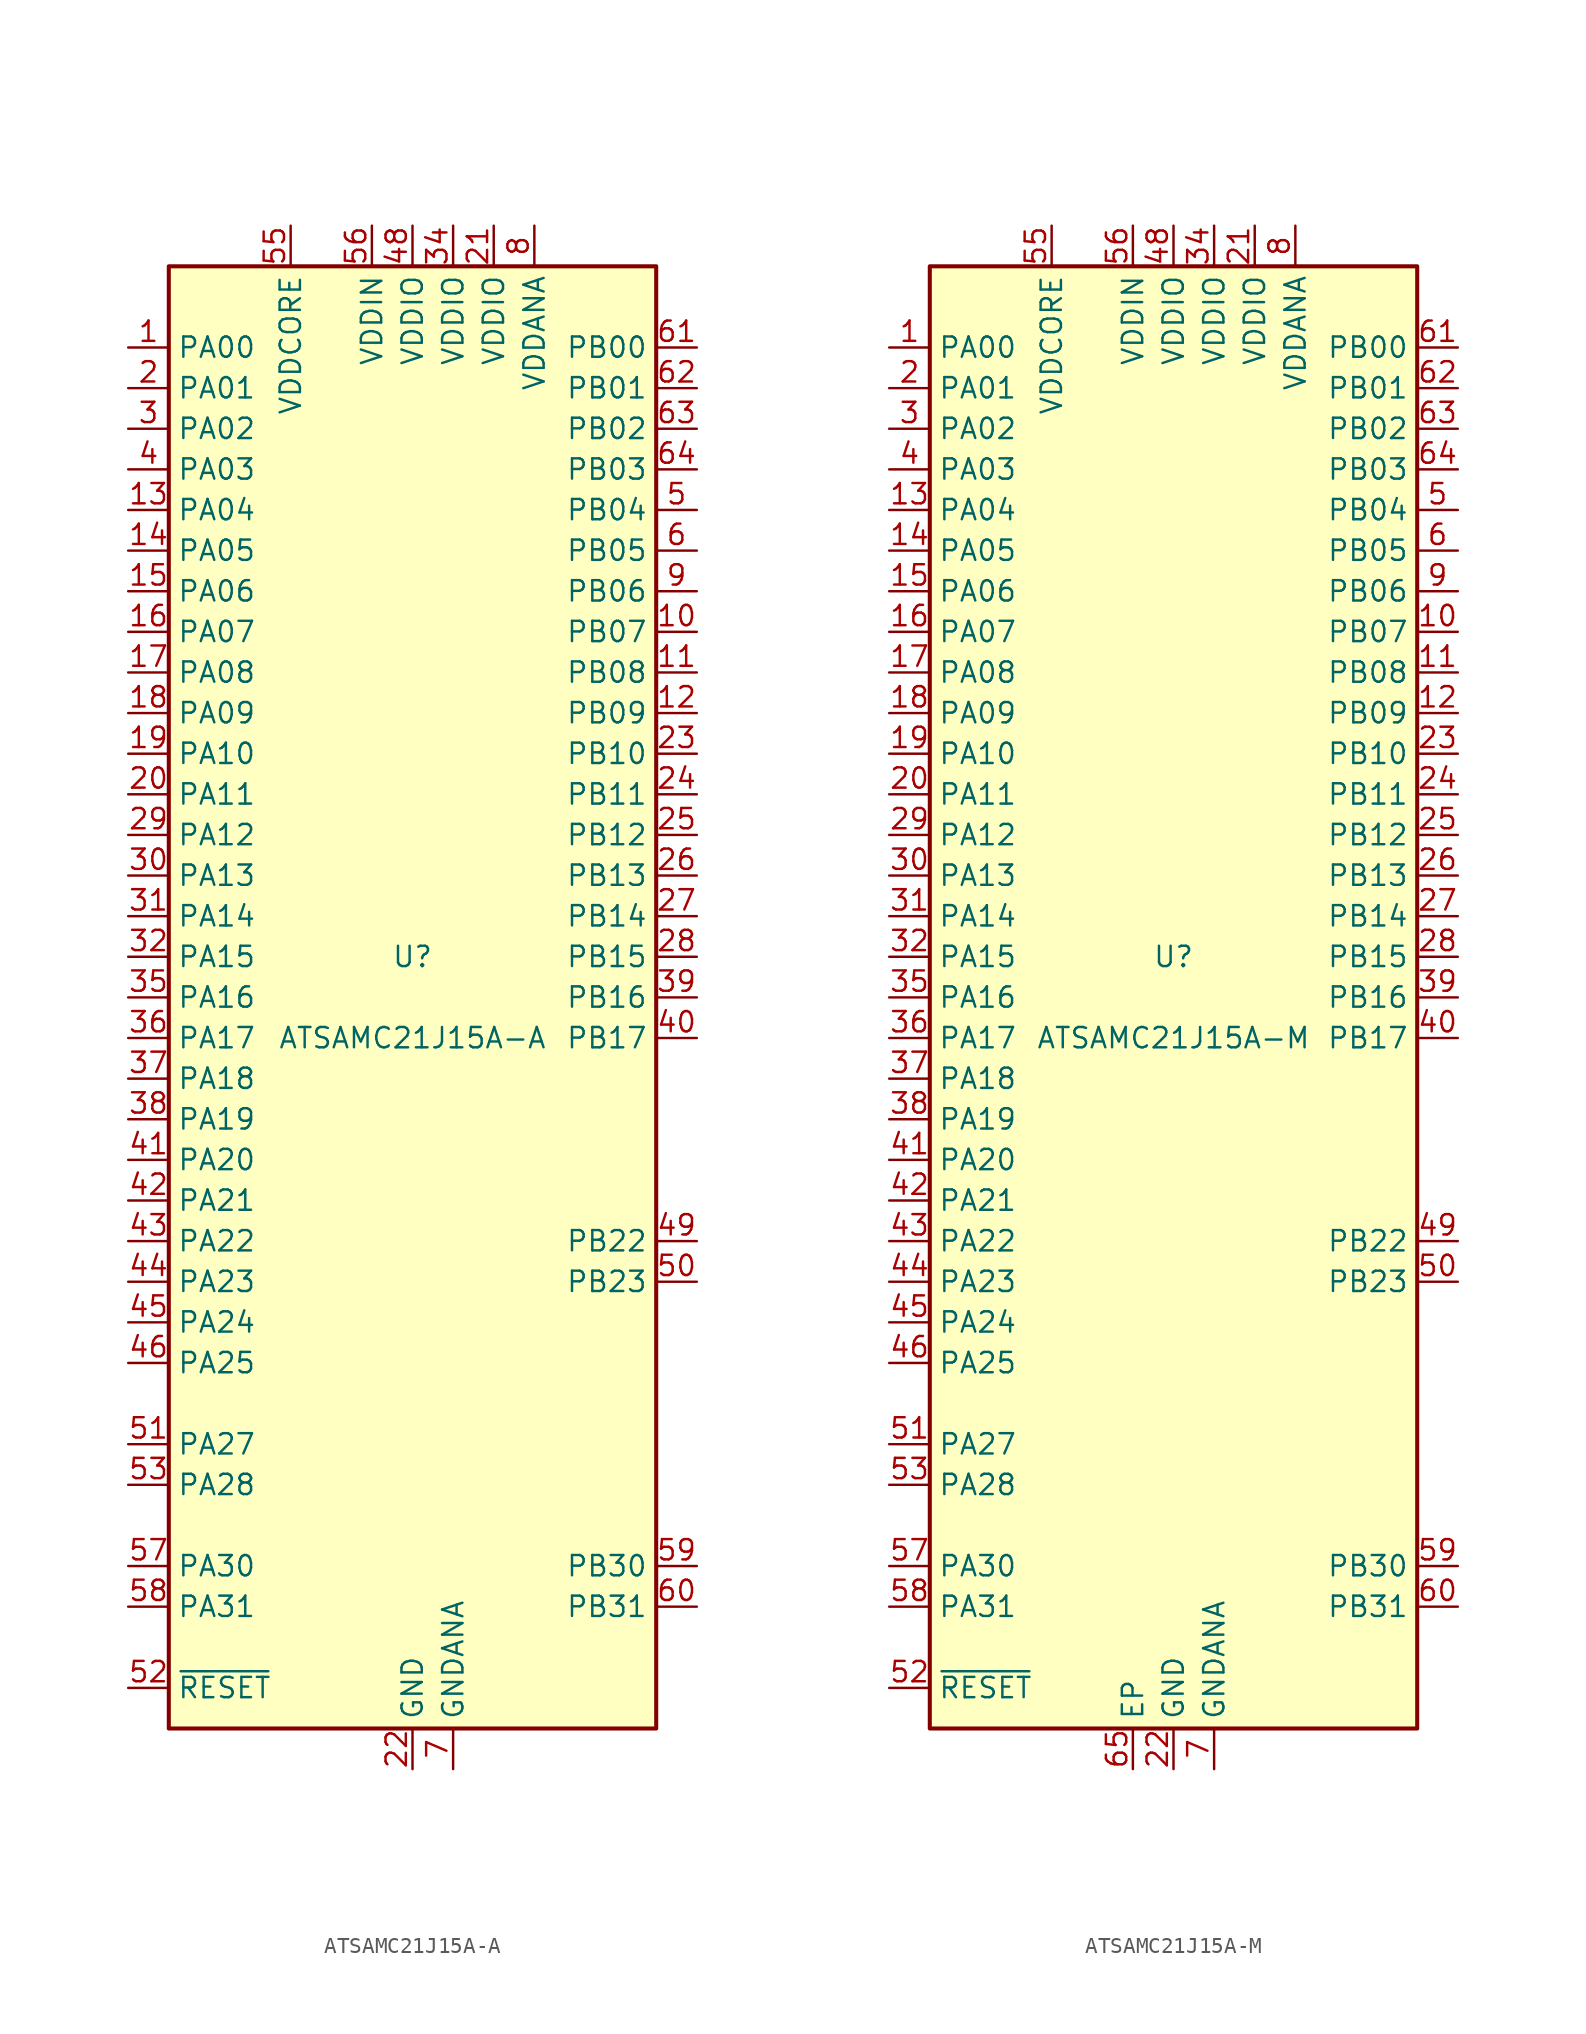
<source format=kicad_sym>
(kicad_symbol_lib
  (version 20211014)
  (generator kicad_symbol_editor)
  (symbol "ATSAMC21J15A-A"
    (property "Reference" "U"
      (at 0 2.54 0)
      (effects (font (size 1.27 1.27))))
    (property "Value" "ATSAMC21J15A-A"
      (at 0 -2.54 0)
      (effects (font (size 1.27 1.27))))
    (symbol "ATSAMC21J15A-A_0_1"
      (rectangle (start -15.24 45.72) (end 15.24 -45.72) (stroke (width 0.254) (type default) (color 0 0 0 0)) (fill (type background))))
    (symbol "ATSAMC21J15A-A_1_1"
      (pin bidirectional line (at -17.78 40.64 0) (length 2.54) (name "PA00" (effects (font (size 1.27 1.27)))) (number "1" (effects (font (size 1.27 1.27)))))
      (pin bidirectional line (at 17.78 22.86 180) (length 2.54) (name "PB07" (effects (font (size 1.27 1.27)))) (number "10" (effects (font (size 1.27 1.27)))))
      (pin bidirectional line (at 17.78 20.32 180) (length 2.54) (name "PB08" (effects (font (size 1.27 1.27)))) (number "11" (effects (font (size 1.27 1.27)))))
      (pin bidirectional line (at 17.78 17.78 180) (length 2.54) (name "PB09" (effects (font (size 1.27 1.27)))) (number "12" (effects (font (size 1.27 1.27)))))
      (pin bidirectional line (at -17.78 30.48 0) (length 2.54) (name "PA04" (effects (font (size 1.27 1.27)))) (number "13" (effects (font (size 1.27 1.27)))))
      (pin bidirectional line (at -17.78 27.94 0) (length 2.54) (name "PA05" (effects (font (size 1.27 1.27)))) (number "14" (effects (font (size 1.27 1.27)))))
      (pin bidirectional line (at -17.78 25.4 0) (length 2.54) (name "PA06" (effects (font (size 1.27 1.27)))) (number "15" (effects (font (size 1.27 1.27)))))
      (pin bidirectional line (at -17.78 22.86 0) (length 2.54) (name "PA07" (effects (font (size 1.27 1.27)))) (number "16" (effects (font (size 1.27 1.27)))))
      (pin bidirectional line (at -17.78 20.32 0) (length 2.54) (name "PA08" (effects (font (size 1.27 1.27)))) (number "17" (effects (font (size 1.27 1.27)))))
      (pin bidirectional line (at -17.78 17.78 0) (length 2.54) (name "PA09" (effects (font (size 1.27 1.27)))) (number "18" (effects (font (size 1.27 1.27)))))
      (pin bidirectional line (at -17.78 15.24 0) (length 2.54) (name "PA10" (effects (font (size 1.27 1.27)))) (number "19" (effects (font (size 1.27 1.27)))))
      (pin bidirectional line (at -17.78 38.1 0) (length 2.54) (name "PA01" (effects (font (size 1.27 1.27)))) (number "2" (effects (font (size 1.27 1.27)))))
      (pin bidirectional line (at -17.78 12.7 0) (length 2.54) (name "PA11" (effects (font (size 1.27 1.27)))) (number "20" (effects (font (size 1.27 1.27)))))
      (pin power_in line (at 5.08 48.26 270) (length 2.54) (name "VDDIO" (effects (font (size 1.27 1.27)))) (number "21" (effects (font (size 1.27 1.27)))))
      (pin power_in line (at 0 -48.26 90) (length 2.54) (name "GND" (effects (font (size 1.27 1.27)))) (number "22" (effects (font (size 1.27 1.27)))))
      (pin bidirectional line (at 17.78 15.24 180) (length 2.54) (name "PB10" (effects (font (size 1.27 1.27)))) (number "23" (effects (font (size 1.27 1.27)))))
      (pin bidirectional line (at 17.78 12.7 180) (length 2.54) (name "PB11" (effects (font (size 1.27 1.27)))) (number "24" (effects (font (size 1.27 1.27)))))
      (pin bidirectional line (at 17.78 10.16 180) (length 2.54) (name "PB12" (effects (font (size 1.27 1.27)))) (number "25" (effects (font (size 1.27 1.27)))))
      (pin bidirectional line (at 17.78 7.62 180) (length 2.54) (name "PB13" (effects (font (size 1.27 1.27)))) (number "26" (effects (font (size 1.27 1.27)))))
      (pin bidirectional line (at 17.78 5.08 180) (length 2.54) (name "PB14" (effects (font (size 1.27 1.27)))) (number "27" (effects (font (size 1.27 1.27)))))
      (pin bidirectional line (at 17.78 2.54 180) (length 2.54) (name "PB15" (effects (font (size 1.27 1.27)))) (number "28" (effects (font (size 1.27 1.27)))))
      (pin bidirectional line (at -17.78 10.16 0) (length 2.54) (name "PA12" (effects (font (size 1.27 1.27)))) (number "29" (effects (font (size 1.27 1.27)))))
      (pin bidirectional line (at -17.78 35.56 0) (length 2.54) (name "PA02" (effects (font (size 1.27 1.27)))) (number "3" (effects (font (size 1.27 1.27)))))
      (pin bidirectional line (at -17.78 7.62 0) (length 2.54) (name "PA13" (effects (font (size 1.27 1.27)))) (number "30" (effects (font (size 1.27 1.27)))))
      (pin bidirectional line (at -17.78 5.08 0) (length 2.54) (name "PA14" (effects (font (size 1.27 1.27)))) (number "31" (effects (font (size 1.27 1.27)))))
      (pin bidirectional line (at -17.78 2.54 0) (length 2.54) (name "PA15" (effects (font (size 1.27 1.27)))) (number "32" (effects (font (size 1.27 1.27)))))
      (pin passive line (at 0 -48.26 90) (length 2.54) hide (name "GND" (effects (font (size 1.27 1.27)))) (number "33" (effects (font (size 1.27 1.27)))))
      (pin power_in line (at 2.54 48.26 270) (length 2.54) (name "VDDIO" (effects (font (size 1.27 1.27)))) (number "34" (effects (font (size 1.27 1.27)))))
      (pin bidirectional line (at -17.78 0 0) (length 2.54) (name "PA16" (effects (font (size 1.27 1.27)))) (number "35" (effects (font (size 1.27 1.27)))))
      (pin bidirectional line (at -17.78 -2.54 0) (length 2.54) (name "PA17" (effects (font (size 1.27 1.27)))) (number "36" (effects (font (size 1.27 1.27)))))
      (pin bidirectional line (at -17.78 -5.08 0) (length 2.54) (name "PA18" (effects (font (size 1.27 1.27)))) (number "37" (effects (font (size 1.27 1.27)))))
      (pin bidirectional line (at -17.78 -7.62 0) (length 2.54) (name "PA19" (effects (font (size 1.27 1.27)))) (number "38" (effects (font (size 1.27 1.27)))))
      (pin bidirectional line (at 17.78 0 180) (length 2.54) (name "PB16" (effects (font (size 1.27 1.27)))) (number "39" (effects (font (size 1.27 1.27)))))
      (pin bidirectional line (at -17.78 33.02 0) (length 2.54) (name "PA03" (effects (font (size 1.27 1.27)))) (number "4" (effects (font (size 1.27 1.27)))))
      (pin bidirectional line (at 17.78 -2.54 180) (length 2.54) (name "PB17" (effects (font (size 1.27 1.27)))) (number "40" (effects (font (size 1.27 1.27)))))
      (pin bidirectional line (at -17.78 -10.16 0) (length 2.54) (name "PA20" (effects (font (size 1.27 1.27)))) (number "41" (effects (font (size 1.27 1.27)))))
      (pin bidirectional line (at -17.78 -12.7 0) (length 2.54) (name "PA21" (effects (font (size 1.27 1.27)))) (number "42" (effects (font (size 1.27 1.27)))))
      (pin bidirectional line (at -17.78 -15.24 0) (length 2.54) (name "PA22" (effects (font (size 1.27 1.27)))) (number "43" (effects (font (size 1.27 1.27)))))
      (pin bidirectional line (at -17.78 -17.78 0) (length 2.54) (name "PA23" (effects (font (size 1.27 1.27)))) (number "44" (effects (font (size 1.27 1.27)))))
      (pin bidirectional line (at -17.78 -20.32 0) (length 2.54) (name "PA24" (effects (font (size 1.27 1.27)))) (number "45" (effects (font (size 1.27 1.27)))))
      (pin bidirectional line (at -17.78 -22.86 0) (length 2.54) (name "PA25" (effects (font (size 1.27 1.27)))) (number "46" (effects (font (size 1.27 1.27)))))
      (pin passive line (at 0 -48.26 90) (length 2.54) hide (name "GND" (effects (font (size 1.27 1.27)))) (number "47" (effects (font (size 1.27 1.27)))))
      (pin power_in line (at 0 48.26 270) (length 2.54) (name "VDDIO" (effects (font (size 1.27 1.27)))) (number "48" (effects (font (size 1.27 1.27)))))
      (pin bidirectional line (at 17.78 -15.24 180) (length 2.54) (name "PB22" (effects (font (size 1.27 1.27)))) (number "49" (effects (font (size 1.27 1.27)))))
      (pin bidirectional line (at 17.78 30.48 180) (length 2.54) (name "PB04" (effects (font (size 1.27 1.27)))) (number "5" (effects (font (size 1.27 1.27)))))
      (pin bidirectional line (at 17.78 -17.78 180) (length 2.54) (name "PB23" (effects (font (size 1.27 1.27)))) (number "50" (effects (font (size 1.27 1.27)))))
      (pin bidirectional line (at -17.78 -27.94 0) (length 2.54) (name "PA27" (effects (font (size 1.27 1.27)))) (number "51" (effects (font (size 1.27 1.27)))))
      (pin input line (at -17.78 -43.18 0) (length 2.54) (name "~{RESET}" (effects (font (size 1.27 1.27)))) (number "52" (effects (font (size 1.27 1.27)))))
      (pin bidirectional line (at -17.78 -30.48 0) (length 2.54) (name "PA28" (effects (font (size 1.27 1.27)))) (number "53" (effects (font (size 1.27 1.27)))))
      (pin passive line (at 0 -48.26 90) (length 2.54) hide (name "GND" (effects (font (size 1.27 1.27)))) (number "54" (effects (font (size 1.27 1.27)))))
      (pin power_out line (at -7.62 48.26 270) (length 2.54) (name "VDDCORE" (effects (font (size 1.27 1.27)))) (number "55" (effects (font (size 1.27 1.27)))))
      (pin power_in line (at -2.54 48.26 270) (length 2.54) (name "VDDIN" (effects (font (size 1.27 1.27)))) (number "56" (effects (font (size 1.27 1.27)))))
      (pin bidirectional line (at -17.78 -35.56 0) (length 2.54) (name "PA30" (effects (font (size 1.27 1.27)))) (number "57" (effects (font (size 1.27 1.27)))))
      (pin bidirectional line (at -17.78 -38.1 0) (length 2.54) (name "PA31" (effects (font (size 1.27 1.27)))) (number "58" (effects (font (size 1.27 1.27)))))
      (pin bidirectional line (at 17.78 -35.56 180) (length 2.54) (name "PB30" (effects (font (size 1.27 1.27)))) (number "59" (effects (font (size 1.27 1.27)))))
      (pin bidirectional line (at 17.78 27.94 180) (length 2.54) (name "PB05" (effects (font (size 1.27 1.27)))) (number "6" (effects (font (size 1.27 1.27)))))
      (pin bidirectional line (at 17.78 -38.1 180) (length 2.54) (name "PB31" (effects (font (size 1.27 1.27)))) (number "60" (effects (font (size 1.27 1.27)))))
      (pin bidirectional line (at 17.78 40.64 180) (length 2.54) (name "PB00" (effects (font (size 1.27 1.27)))) (number "61" (effects (font (size 1.27 1.27)))))
      (pin bidirectional line (at 17.78 38.1 180) (length 2.54) (name "PB01" (effects (font (size 1.27 1.27)))) (number "62" (effects (font (size 1.27 1.27)))))
      (pin bidirectional line (at 17.78 35.56 180) (length 2.54) (name "PB02" (effects (font (size 1.27 1.27)))) (number "63" (effects (font (size 1.27 1.27)))))
      (pin bidirectional line (at 17.78 33.02 180) (length 2.54) (name "PB03" (effects (font (size 1.27 1.27)))) (number "64" (effects (font (size 1.27 1.27)))))
      (pin power_in line (at 2.54 -48.26 90) (length 2.54) (name "GNDANA" (effects (font (size 1.27 1.27)))) (number "7" (effects (font (size 1.27 1.27)))))
      (pin power_in line (at 7.62 48.26 270) (length 2.54) (name "VDDANA" (effects (font (size 1.27 1.27)))) (number "8" (effects (font (size 1.27 1.27)))))
      (pin bidirectional line (at 17.78 25.4 180) (length 2.54) (name "PB06" (effects (font (size 1.27 1.27)))) (number "9" (effects (font (size 1.27 1.27)))))))
  (symbol "ATSAMC21J15A-M"
    (property "Reference" "U"
      (at 0 2.54 0)
      (effects (font (size 1.27 1.27))))
    (property "Value" "ATSAMC21J15A-M"
      (at 0 -2.54 0)
      (effects (font (size 1.27 1.27))))
    (symbol "ATSAMC21J15A-M_0_1"
      (rectangle (start -15.24 45.72) (end 15.24 -45.72) (stroke (width 0.254) (type default) (color 0 0 0 0)) (fill (type background))))
    (symbol "ATSAMC21J15A-M_1_1"
      (pin bidirectional line (at -17.78 40.64 0) (length 2.54) (name "PA00" (effects (font (size 1.27 1.27)))) (number "1" (effects (font (size 1.27 1.27)))))
      (pin bidirectional line (at 17.78 22.86 180) (length 2.54) (name "PB07" (effects (font (size 1.27 1.27)))) (number "10" (effects (font (size 1.27 1.27)))))
      (pin bidirectional line (at 17.78 20.32 180) (length 2.54) (name "PB08" (effects (font (size 1.27 1.27)))) (number "11" (effects (font (size 1.27 1.27)))))
      (pin bidirectional line (at 17.78 17.78 180) (length 2.54) (name "PB09" (effects (font (size 1.27 1.27)))) (number "12" (effects (font (size 1.27 1.27)))))
      (pin bidirectional line (at -17.78 30.48 0) (length 2.54) (name "PA04" (effects (font (size 1.27 1.27)))) (number "13" (effects (font (size 1.27 1.27)))))
      (pin bidirectional line (at -17.78 27.94 0) (length 2.54) (name "PA05" (effects (font (size 1.27 1.27)))) (number "14" (effects (font (size 1.27 1.27)))))
      (pin bidirectional line (at -17.78 25.4 0) (length 2.54) (name "PA06" (effects (font (size 1.27 1.27)))) (number "15" (effects (font (size 1.27 1.27)))))
      (pin bidirectional line (at -17.78 22.86 0) (length 2.54) (name "PA07" (effects (font (size 1.27 1.27)))) (number "16" (effects (font (size 1.27 1.27)))))
      (pin bidirectional line (at -17.78 20.32 0) (length 2.54) (name "PA08" (effects (font (size 1.27 1.27)))) (number "17" (effects (font (size 1.27 1.27)))))
      (pin bidirectional line (at -17.78 17.78 0) (length 2.54) (name "PA09" (effects (font (size 1.27 1.27)))) (number "18" (effects (font (size 1.27 1.27)))))
      (pin bidirectional line (at -17.78 15.24 0) (length 2.54) (name "PA10" (effects (font (size 1.27 1.27)))) (number "19" (effects (font (size 1.27 1.27)))))
      (pin bidirectional line (at -17.78 38.1 0) (length 2.54) (name "PA01" (effects (font (size 1.27 1.27)))) (number "2" (effects (font (size 1.27 1.27)))))
      (pin bidirectional line (at -17.78 12.7 0) (length 2.54) (name "PA11" (effects (font (size 1.27 1.27)))) (number "20" (effects (font (size 1.27 1.27)))))
      (pin power_in line (at 5.08 48.26 270) (length 2.54) (name "VDDIO" (effects (font (size 1.27 1.27)))) (number "21" (effects (font (size 1.27 1.27)))))
      (pin power_in line (at 0 -48.26 90) (length 2.54) (name "GND" (effects (font (size 1.27 1.27)))) (number "22" (effects (font (size 1.27 1.27)))))
      (pin bidirectional line (at 17.78 15.24 180) (length 2.54) (name "PB10" (effects (font (size 1.27 1.27)))) (number "23" (effects (font (size 1.27 1.27)))))
      (pin bidirectional line (at 17.78 12.7 180) (length 2.54) (name "PB11" (effects (font (size 1.27 1.27)))) (number "24" (effects (font (size 1.27 1.27)))))
      (pin bidirectional line (at 17.78 10.16 180) (length 2.54) (name "PB12" (effects (font (size 1.27 1.27)))) (number "25" (effects (font (size 1.27 1.27)))))
      (pin bidirectional line (at 17.78 7.62 180) (length 2.54) (name "PB13" (effects (font (size 1.27 1.27)))) (number "26" (effects (font (size 1.27 1.27)))))
      (pin bidirectional line (at 17.78 5.08 180) (length 2.54) (name "PB14" (effects (font (size 1.27 1.27)))) (number "27" (effects (font (size 1.27 1.27)))))
      (pin bidirectional line (at 17.78 2.54 180) (length 2.54) (name "PB15" (effects (font (size 1.27 1.27)))) (number "28" (effects (font (size 1.27 1.27)))))
      (pin bidirectional line (at -17.78 10.16 0) (length 2.54) (name "PA12" (effects (font (size 1.27 1.27)))) (number "29" (effects (font (size 1.27 1.27)))))
      (pin bidirectional line (at -17.78 35.56 0) (length 2.54) (name "PA02" (effects (font (size 1.27 1.27)))) (number "3" (effects (font (size 1.27 1.27)))))
      (pin bidirectional line (at -17.78 7.62 0) (length 2.54) (name "PA13" (effects (font (size 1.27 1.27)))) (number "30" (effects (font (size 1.27 1.27)))))
      (pin bidirectional line (at -17.78 5.08 0) (length 2.54) (name "PA14" (effects (font (size 1.27 1.27)))) (number "31" (effects (font (size 1.27 1.27)))))
      (pin bidirectional line (at -17.78 2.54 0) (length 2.54) (name "PA15" (effects (font (size 1.27 1.27)))) (number "32" (effects (font (size 1.27 1.27)))))
      (pin passive line (at 0 -48.26 90) (length 2.54) hide (name "GND" (effects (font (size 1.27 1.27)))) (number "33" (effects (font (size 1.27 1.27)))))
      (pin power_in line (at 2.54 48.26 270) (length 2.54) (name "VDDIO" (effects (font (size 1.27 1.27)))) (number "34" (effects (font (size 1.27 1.27)))))
      (pin bidirectional line (at -17.78 0 0) (length 2.54) (name "PA16" (effects (font (size 1.27 1.27)))) (number "35" (effects (font (size 1.27 1.27)))))
      (pin bidirectional line (at -17.78 -2.54 0) (length 2.54) (name "PA17" (effects (font (size 1.27 1.27)))) (number "36" (effects (font (size 1.27 1.27)))))
      (pin bidirectional line (at -17.78 -5.08 0) (length 2.54) (name "PA18" (effects (font (size 1.27 1.27)))) (number "37" (effects (font (size 1.27 1.27)))))
      (pin bidirectional line (at -17.78 -7.62 0) (length 2.54) (name "PA19" (effects (font (size 1.27 1.27)))) (number "38" (effects (font (size 1.27 1.27)))))
      (pin bidirectional line (at 17.78 0 180) (length 2.54) (name "PB16" (effects (font (size 1.27 1.27)))) (number "39" (effects (font (size 1.27 1.27)))))
      (pin bidirectional line (at -17.78 33.02 0) (length 2.54) (name "PA03" (effects (font (size 1.27 1.27)))) (number "4" (effects (font (size 1.27 1.27)))))
      (pin bidirectional line (at 17.78 -2.54 180) (length 2.54) (name "PB17" (effects (font (size 1.27 1.27)))) (number "40" (effects (font (size 1.27 1.27)))))
      (pin bidirectional line (at -17.78 -10.16 0) (length 2.54) (name "PA20" (effects (font (size 1.27 1.27)))) (number "41" (effects (font (size 1.27 1.27)))))
      (pin bidirectional line (at -17.78 -12.7 0) (length 2.54) (name "PA21" (effects (font (size 1.27 1.27)))) (number "42" (effects (font (size 1.27 1.27)))))
      (pin bidirectional line (at -17.78 -15.24 0) (length 2.54) (name "PA22" (effects (font (size 1.27 1.27)))) (number "43" (effects (font (size 1.27 1.27)))))
      (pin bidirectional line (at -17.78 -17.78 0) (length 2.54) (name "PA23" (effects (font (size 1.27 1.27)))) (number "44" (effects (font (size 1.27 1.27)))))
      (pin bidirectional line (at -17.78 -20.32 0) (length 2.54) (name "PA24" (effects (font (size 1.27 1.27)))) (number "45" (effects (font (size 1.27 1.27)))))
      (pin bidirectional line (at -17.78 -22.86 0) (length 2.54) (name "PA25" (effects (font (size 1.27 1.27)))) (number "46" (effects (font (size 1.27 1.27)))))
      (pin passive line (at 0 -48.26 90) (length 2.54) hide (name "GND" (effects (font (size 1.27 1.27)))) (number "47" (effects (font (size 1.27 1.27)))))
      (pin power_in line (at 0 48.26 270) (length 2.54) (name "VDDIO" (effects (font (size 1.27 1.27)))) (number "48" (effects (font (size 1.27 1.27)))))
      (pin bidirectional line (at 17.78 -15.24 180) (length 2.54) (name "PB22" (effects (font (size 1.27 1.27)))) (number "49" (effects (font (size 1.27 1.27)))))
      (pin bidirectional line (at 17.78 30.48 180) (length 2.54) (name "PB04" (effects (font (size 1.27 1.27)))) (number "5" (effects (font (size 1.27 1.27)))))
      (pin bidirectional line (at 17.78 -17.78 180) (length 2.54) (name "PB23" (effects (font (size 1.27 1.27)))) (number "50" (effects (font (size 1.27 1.27)))))
      (pin bidirectional line (at -17.78 -27.94 0) (length 2.54) (name "PA27" (effects (font (size 1.27 1.27)))) (number "51" (effects (font (size 1.27 1.27)))))
      (pin input line (at -17.78 -43.18 0) (length 2.54) (name "~{RESET}" (effects (font (size 1.27 1.27)))) (number "52" (effects (font (size 1.27 1.27)))))
      (pin bidirectional line (at -17.78 -30.48 0) (length 2.54) (name "PA28" (effects (font (size 1.27 1.27)))) (number "53" (effects (font (size 1.27 1.27)))))
      (pin passive line (at 0 -48.26 90) (length 2.54) hide (name "GND" (effects (font (size 1.27 1.27)))) (number "54" (effects (font (size 1.27 1.27)))))
      (pin power_out line (at -7.62 48.26 270) (length 2.54) (name "VDDCORE" (effects (font (size 1.27 1.27)))) (number "55" (effects (font (size 1.27 1.27)))))
      (pin power_in line (at -2.54 48.26 270) (length 2.54) (name "VDDIN" (effects (font (size 1.27 1.27)))) (number "56" (effects (font (size 1.27 1.27)))))
      (pin bidirectional line (at -17.78 -35.56 0) (length 2.54) (name "PA30" (effects (font (size 1.27 1.27)))) (number "57" (effects (font (size 1.27 1.27)))))
      (pin bidirectional line (at -17.78 -38.1 0) (length 2.54) (name "PA31" (effects (font (size 1.27 1.27)))) (number "58" (effects (font (size 1.27 1.27)))))
      (pin bidirectional line (at 17.78 -35.56 180) (length 2.54) (name "PB30" (effects (font (size 1.27 1.27)))) (number "59" (effects (font (size 1.27 1.27)))))
      (pin bidirectional line (at 17.78 27.94 180) (length 2.54) (name "PB05" (effects (font (size 1.27 1.27)))) (number "6" (effects (font (size 1.27 1.27)))))
      (pin bidirectional line (at 17.78 -38.1 180) (length 2.54) (name "PB31" (effects (font (size 1.27 1.27)))) (number "60" (effects (font (size 1.27 1.27)))))
      (pin bidirectional line (at 17.78 40.64 180) (length 2.54) (name "PB00" (effects (font (size 1.27 1.27)))) (number "61" (effects (font (size 1.27 1.27)))))
      (pin bidirectional line (at 17.78 38.1 180) (length 2.54) (name "PB01" (effects (font (size 1.27 1.27)))) (number "62" (effects (font (size 1.27 1.27)))))
      (pin bidirectional line (at 17.78 35.56 180) (length 2.54) (name "PB02" (effects (font (size 1.27 1.27)))) (number "63" (effects (font (size 1.27 1.27)))))
      (pin bidirectional line (at 17.78 33.02 180) (length 2.54) (name "PB03" (effects (font (size 1.27 1.27)))) (number "64" (effects (font (size 1.27 1.27)))))
      (pin passive line (at -2.54 -48.26 90) (length 2.54) (name "EP" (effects (font (size 1.27 1.27)))) (number "65" (effects (font (size 1.27 1.27)))))
      (pin power_in line (at 2.54 -48.26 90) (length 2.54) (name "GNDANA" (effects (font (size 1.27 1.27)))) (number "7" (effects (font (size 1.27 1.27)))))
      (pin power_in line (at 7.62 48.26 270) (length 2.54) (name "VDDANA" (effects (font (size 1.27 1.27)))) (number "8" (effects (font (size 1.27 1.27)))))
      (pin bidirectional line (at 17.78 25.4 180) (length 2.54) (name "PB06" (effects (font (size 1.27 1.27)))) (number "9" (effects (font (size 1.27 1.27))))))))
</source>
